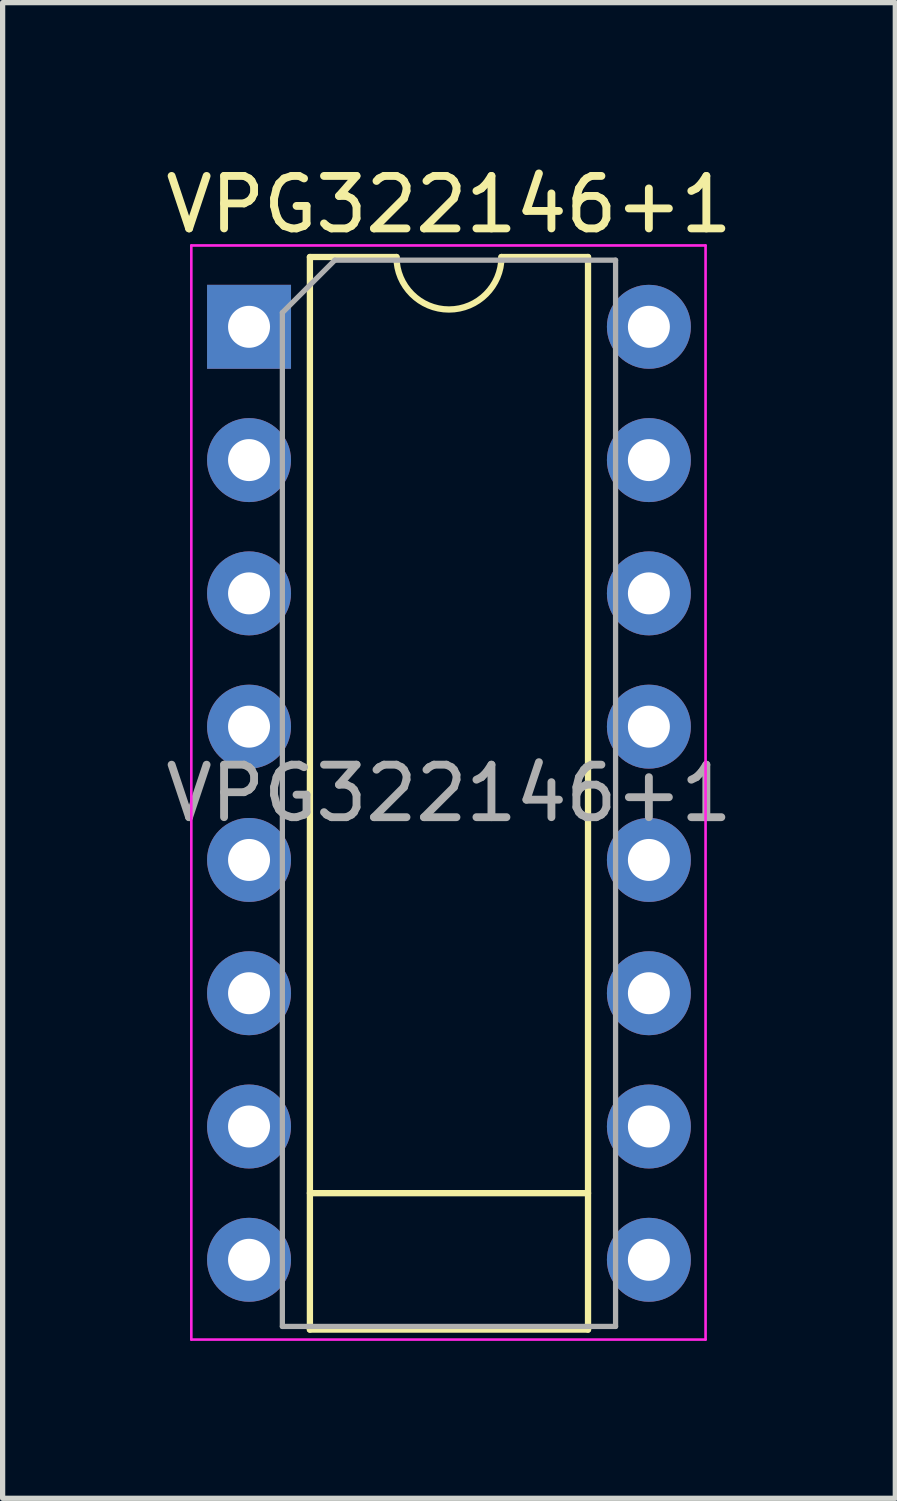
<source format=kicad_pcb>
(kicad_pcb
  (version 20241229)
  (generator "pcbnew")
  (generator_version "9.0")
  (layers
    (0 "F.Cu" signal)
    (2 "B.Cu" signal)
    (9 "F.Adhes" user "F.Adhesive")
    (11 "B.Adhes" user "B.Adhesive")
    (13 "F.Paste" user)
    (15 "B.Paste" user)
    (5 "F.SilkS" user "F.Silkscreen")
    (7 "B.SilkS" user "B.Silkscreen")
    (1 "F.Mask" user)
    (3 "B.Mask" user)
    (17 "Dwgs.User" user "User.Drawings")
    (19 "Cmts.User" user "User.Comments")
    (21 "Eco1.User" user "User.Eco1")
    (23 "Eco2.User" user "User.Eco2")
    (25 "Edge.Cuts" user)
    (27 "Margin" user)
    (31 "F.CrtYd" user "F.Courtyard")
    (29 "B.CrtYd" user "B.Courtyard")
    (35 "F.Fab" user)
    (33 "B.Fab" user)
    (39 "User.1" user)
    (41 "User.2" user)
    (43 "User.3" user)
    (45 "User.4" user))
  (footprint "VPG322146+1"
    (layer "F.Cu")
    (at 1.696 3.178)
    (property "Reference" "VPG322146+1" (at 3.81 -2.33 0) (layer "F.SilkS") (effects (font (size 1 1) (thickness 0.15))))
    (attr through_hole)
    (fp_line (start 1.16 -1.33) (end 1.16 19.11) (stroke (width 0.12) (type solid)) (layer "F.SilkS"))
    (fp_line (start 1.16 16.51) (end 6.46 16.51) (stroke (width 0.12) (type solid)) (layer "F.SilkS"))
    (fp_line (start 1.16 19.11) (end 6.46 19.11) (stroke (width 0.12) (type solid)) (layer "F.SilkS"))
    (fp_line (start 2.81 -1.33) (end 1.16 -1.33) (stroke (width 0.12) (type solid)) (layer "F.SilkS"))
    (fp_line (start 6.46 -1.33) (end 4.81 -1.33) (stroke (width 0.12) (type solid)) (layer "F.SilkS"))
    (fp_line (start 6.46 19.11) (end 6.46 -1.33) (stroke (width 0.12) (type solid)) (layer "F.SilkS"))
    (fp_arc (start 4.81 -1.33) (mid 3.81 -0.33) (end 2.81 -1.33) (stroke (width 0.12) (type solid)) (layer "F.SilkS"))
    (fp_line (start -1.1 -1.55) (end -1.1 19.3) (stroke (width 0.05) (type solid)) (layer "F.CrtYd"))
    (fp_line (start -1.1 19.3) (end 8.7 19.3) (stroke (width 0.05) (type solid)) (layer "F.CrtYd"))
    (fp_line (start 8.7 -1.55) (end -1.1 -1.55) (stroke (width 0.05) (type solid)) (layer "F.CrtYd"))
    (fp_line (start 8.7 19.3) (end 8.7 -1.55) (stroke (width 0.05) (type solid)) (layer "F.CrtYd"))
    (fp_line (start 0.635 -0.27) (end 1.635 -1.27) (stroke (width 0.1) (type solid)) (layer "F.Fab"))
    (fp_line (start 0.635 19.05) (end 0.635 -0.27) (stroke (width 0.1) (type solid)) (layer "F.Fab"))
    (fp_line (start 1.635 -1.27) (end 6.985 -1.27) (stroke (width 0.1) (type solid)) (layer "F.Fab"))
    (fp_line (start 6.985 -1.27) (end 6.985 19.05) (stroke (width 0.1) (type solid)) (layer "F.Fab"))
    (fp_line (start 6.985 19.05) (end 0.635 19.05) (stroke (width 0.1) (type solid)) (layer "F.Fab"))
    (fp_text user "${REFERENCE}" (at 3.81 8.89 0) (layer "F.Fab") (effects (font (size 1 1) (thickness 0.15))))
    (pad "1" thru_hole rect (at 0 0) (size 1.6 1.6) (drill 0.8) (layers "*.Cu" "*.Mask"))
    (pad "2" thru_hole oval (at 0 2.54) (size 1.6 1.6) (drill 0.8) (layers "*.Cu" "*.Mask"))
    (pad "3" thru_hole oval (at 0 5.08) (size 1.6 1.6) (drill 0.8) (layers "*.Cu" "*.Mask"))
    (pad "4" thru_hole oval (at 0 7.62) (size 1.6 1.6) (drill 0.8) (layers "*.Cu" "*.Mask"))
    (pad "5" thru_hole oval (at 0 10.16) (size 1.6 1.6) (drill 0.8) (layers "*.Cu" "*.Mask"))
    (pad "6" thru_hole oval (at 0 12.7) (size 1.6 1.6) (drill 0.8) (layers "*.Cu" "*.Mask"))
    (pad "7" thru_hole oval (at 0 15.24) (size 1.6 1.6) (drill 0.8) (layers "*.Cu" "*.Mask"))
    (pad "8" thru_hole oval (at 0 17.78) (size 1.6 1.6) (drill 0.8) (layers "*.Cu" "*.Mask"))
    (pad "9" thru_hole oval (at 7.62 17.78) (size 1.6 1.6) (drill 0.8) (layers "*.Cu" "*.Mask"))
    (pad "10" thru_hole oval (at 7.62 12.7) (size 1.6 1.6) (drill 0.8) (layers "*.Cu" "*.Mask"))
    (pad "10" thru_hole oval (at 7.62 15.24) (size 1.6 1.6) (drill 0.8) (layers "*.Cu" "*.Mask"))
    (pad "11" thru_hole oval (at 7.62 7.62) (size 1.6 1.6) (drill 0.8) (layers "*.Cu" "*.Mask"))
    (pad "11" thru_hole oval (at 7.62 10.16) (size 1.6 1.6) (drill 0.8) (layers "*.Cu" "*.Mask"))
    (pad "12" thru_hole oval (at 7.62 5.08) (size 1.6 1.6) (drill 0.8) (layers "*.Cu" "*.Mask"))
    (pad "13" thru_hole oval (at 7.62 2.54) (size 1.6 1.6) (drill 0.8) (layers "*.Cu" "*.Mask"))
    (pad "14" thru_hole oval (at 7.62 0) (size 1.6 1.6) (drill 0.8) (layers "*.Cu" "*.Mask")))
  (gr_rect
    (start -3 -3)
    (end 14.012 25.503)
    (stroke (width 0.1) (type default))
    (fill no)
    (layer "Edge.Cuts")))
</source>
